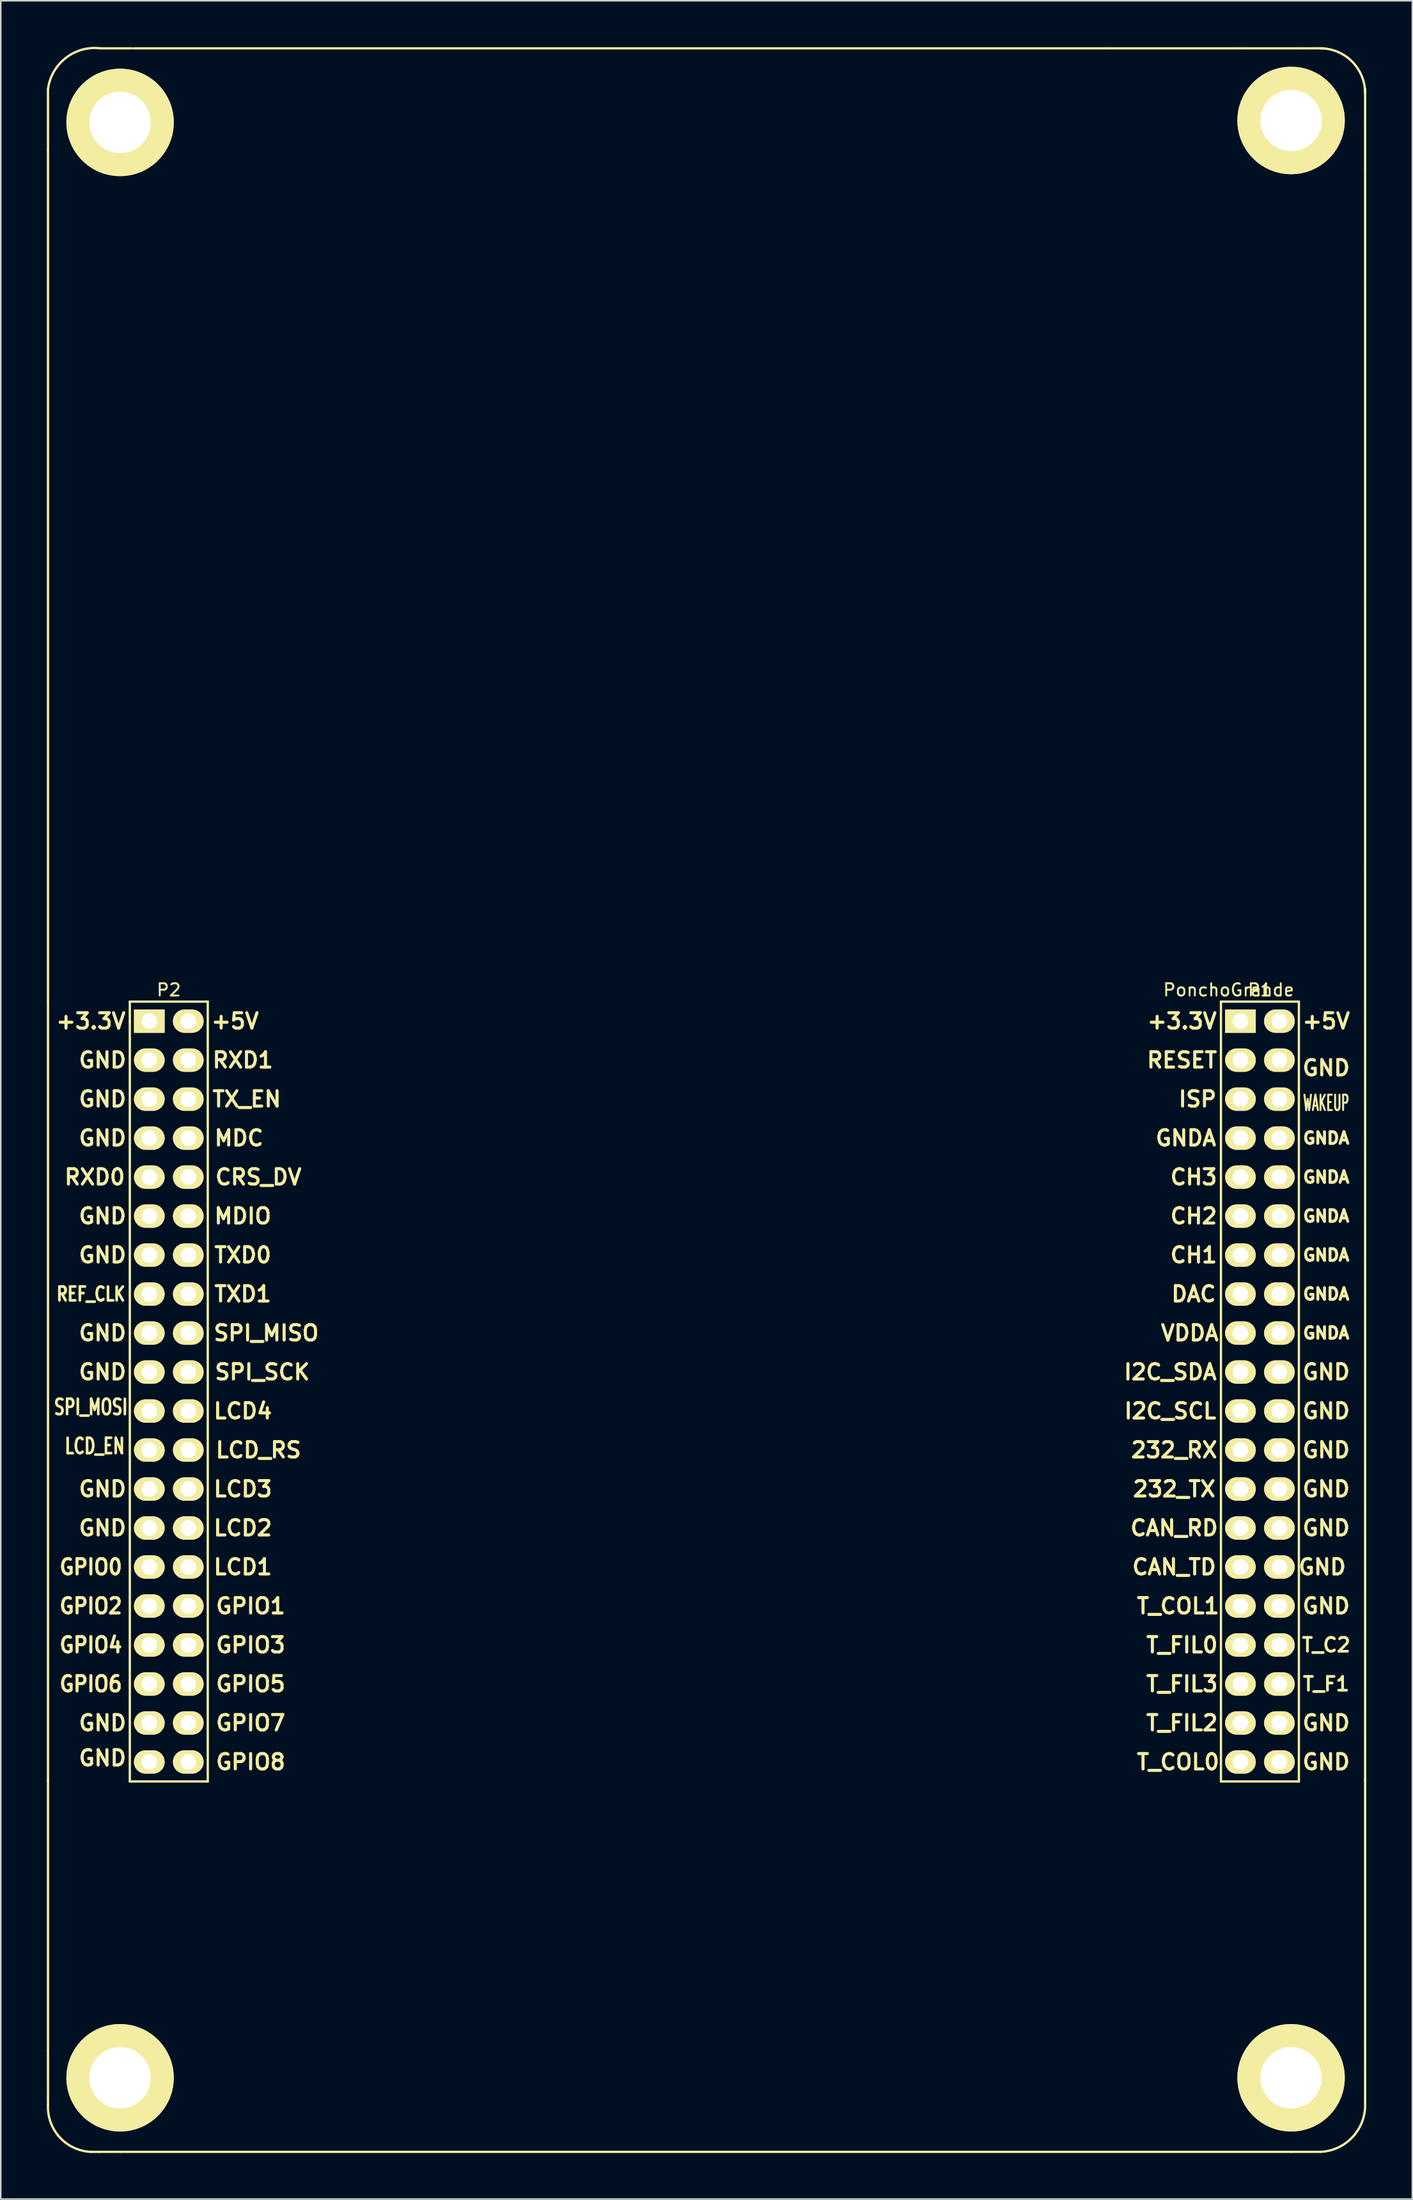
<source format=kicad_pcb>
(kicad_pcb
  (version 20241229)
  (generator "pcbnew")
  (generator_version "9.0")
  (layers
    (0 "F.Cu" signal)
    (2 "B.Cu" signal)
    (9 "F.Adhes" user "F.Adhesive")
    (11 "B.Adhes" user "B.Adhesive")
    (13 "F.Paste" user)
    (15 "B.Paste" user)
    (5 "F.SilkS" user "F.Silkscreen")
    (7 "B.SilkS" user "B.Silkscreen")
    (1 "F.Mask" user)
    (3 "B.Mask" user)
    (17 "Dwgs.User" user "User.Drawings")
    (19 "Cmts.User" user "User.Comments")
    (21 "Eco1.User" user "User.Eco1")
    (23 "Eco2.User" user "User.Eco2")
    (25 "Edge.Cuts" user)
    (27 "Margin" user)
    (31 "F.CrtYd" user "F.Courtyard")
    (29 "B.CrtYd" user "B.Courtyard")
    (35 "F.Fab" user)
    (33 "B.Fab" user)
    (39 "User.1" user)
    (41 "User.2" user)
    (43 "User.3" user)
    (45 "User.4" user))
  (footprint "PonchoGrande"
    (layer "F.Cu")
    (at 77.802 63.472)
    (property "Reference" "PonchoGrande" (at -0.762 -2.032 180) (layer "F.SilkS") (effects (font (size 0.8 0.8) (thickness 0.12))))
    (attr through_hole)
    (fp_line (start -77.724 -60.706) (end -77.724 -56.769) (stroke (width 0.15) (type solid)) (layer "F.SilkS"))
    (fp_line (start -77.724 -1.27) (end -77.724 -56.769) (stroke (width 0.15) (type solid)) (layer "F.SilkS"))
    (fp_line (start -77.724 -1.27) (end -77.724 49.53) (stroke (width 0.15) (type solid)) (layer "F.SilkS"))
    (fp_line (start -77.724 49.403) (end -77.724 67.056) (stroke (width 0.15) (type solid)) (layer "F.SilkS"))
    (fp_line (start -77.724 67.056) (end -77.724 70.104) (stroke (width 0.15) (type solid)) (layer "F.SilkS"))
    (fp_line (start -77.724 70.612) (end -77.724 70.104) (stroke (width 0.15) (type solid)) (layer "F.SilkS"))
    (fp_line (start -74.422 73.66) (end -74.93 73.66) (stroke (width 0.15) (type solid)) (layer "F.SilkS"))
    (fp_line (start -73.025 73.66) (end -74.422 73.66) (stroke (width 0.15) (type solid)) (layer "F.SilkS"))
    (fp_line (start -72.39 -1.27) (end -67.31 -1.27) (stroke (width 0.15) (type solid)) (layer "F.SilkS"))
    (fp_line (start -72.39 0) (end -72.39 -1.27) (stroke (width 0.15) (type solid)) (layer "F.SilkS"))
    (fp_line (start -72.39 49.53) (end -72.39 0) (stroke (width 0.15) (type solid)) (layer "F.SilkS"))
    (fp_line (start -72.263 -63.373) (end -74.295 -63.373) (stroke (width 0.15) (type solid)) (layer "F.SilkS"))
    (fp_line (start -67.31 -1.27) (end -67.31 49.53) (stroke (width 0.15) (type solid)) (layer "F.SilkS"))
    (fp_line (start -67.31 49.53) (end -72.39 49.53) (stroke (width 0.15) (type solid)) (layer "F.SilkS"))
    (fp_line (start -8.636 -63.373) (end -72.136 -63.373) (stroke (width 0.15) (type solid)) (layer "F.SilkS"))
    (fp_line (start -1.27 49.53) (end -1.27 -1.27) (stroke (width 0.15) (type solid)) (layer "F.SilkS"))
    (fp_line (start 0 -63.373) (end -8.636 -63.373) (stroke (width 0.15) (type solid)) (layer "F.SilkS"))
    (fp_line (start 0 -63.373) (end 3.937 -63.373) (stroke (width 0.15) (type solid)) (layer "F.SilkS"))
    (fp_line (start 3.302 73.66) (end -73.025 73.66) (stroke (width 0.15) (type solid)) (layer "F.SilkS"))
    (fp_line (start 3.302 73.66) (end 5.207 73.66) (stroke (width 0.15) (type solid)) (layer "F.SilkS"))
    (fp_line (start 3.81 -1.27) (end -1.27 -1.27) (stroke (width 0.15) (type solid)) (layer "F.SilkS"))
    (fp_line (start 3.81 49.53) (end -1.27 49.53) (stroke (width 0.15) (type solid)) (layer "F.SilkS"))
    (fp_line (start 3.81 49.53) (end 3.81 -1.27) (stroke (width 0.15) (type solid)) (layer "F.SilkS"))
    (fp_line (start 3.937 -63.373) (end 4.826 -63.373) (stroke (width 0.15) (type solid)) (layer "F.SilkS"))
    (fp_line (start 5.461 -63.373) (end 4.826 -63.373) (stroke (width 0.15) (type solid)) (layer "F.SilkS"))
    (fp_line (start 8.128 -60.706) (end 8.128 -60.452) (stroke (width 0.15) (type solid)) (layer "F.SilkS"))
    (fp_line (start 8.128 -60.579) (end 8.128 -60.706) (stroke (width 0.15) (type solid)) (layer "F.SilkS"))
    (fp_line (start 8.128 -58.293) (end 8.128 -60.579) (stroke (width 0.15) (type solid)) (layer "F.SilkS"))
    (fp_line (start 8.128 -55.499) (end 8.128 -58.293) (stroke (width 0.15) (type solid)) (layer "F.SilkS"))
    (fp_line (start 8.128 -48.26) (end 8.128 -55.499) (stroke (width 0.15) (type solid)) (layer "F.SilkS"))
    (fp_line (start 8.128 -27.432) (end 8.128 -48.26) (stroke (width 0.15) (type solid)) (layer "F.SilkS"))
    (fp_line (start 8.128 -10.16) (end 8.128 -27.432) (stroke (width 0.15) (type solid)) (layer "F.SilkS"))
    (fp_line (start 8.128 -1.27) (end 8.128 -10.16) (stroke (width 0.15) (type solid)) (layer "F.SilkS"))
    (fp_line (start 8.128 0) (end 8.128 -1.27) (stroke (width 0.15) (type solid)) (layer "F.SilkS"))
    (fp_line (start 8.128 0) (end 8.128 49.53) (stroke (width 0.15) (type solid)) (layer "F.SilkS"))
    (fp_line (start 8.128 49.403) (end 8.128 66.802) (stroke (width 0.15) (type solid)) (layer "F.SilkS"))
    (fp_line (start 8.128 66.802) (end 8.128 70.485) (stroke (width 0.15) (type solid)) (layer "F.SilkS"))
    (fp_arc (start -77.724 -60.706) (mid -76.561854 -62.749669) (end -74.295 -63.373) (stroke (width 0.15) (type solid)) (layer "F.SilkS"))
    (fp_arc (start -74.93 73.66) (mid -76.958261 72.714656) (end -77.724 70.612) (stroke (width 0.15) (type solid)) (layer "F.SilkS"))
    (fp_arc (start 5.207 -63.373) (mid 7.272459 -62.517459) (end 8.128 -60.452) (stroke (width 0.15) (type solid)) (layer "F.SilkS"))
    (fp_arc (start 8.128 70.485) (mid 7.325064 72.677459) (end 5.207 73.66) (stroke (width 0.15) (type solid)) (layer "F.SilkS"))
    (fp_text user "T_FIL2" (at -3.81 45.72 0) (layer "F.SilkS") (effects (font (size 1 1) (thickness 0.2))))
    (fp_text user "T_COL0" (at -4.064 48.26 0) (layer "F.SilkS") (effects (font (size 1 1) (thickness 0.2))))
    (fp_text user "GND" (at 5.334 35.56 0) (layer "F.SilkS") (effects (font (size 1 1) (thickness 0.2))))
    (fp_text user "GPIO2" (at -74.93 38.1 0) (layer "F.SilkS") (effects (font (size 1 0.9) (thickness 0.2))))
    (fp_text user "CAN_RD" (at -4.318 33.02 0) (layer "F.SilkS") (effects (font (size 1 1) (thickness 0.2))))
    (fp_text user "CH3" (at -3.048 10.16 0) (layer "F.SilkS") (effects (font (size 1 1) (thickness 0.2))))
    (fp_text user "WAKEUP" (at 5.588 5.334 0) (layer "F.SilkS") (effects (font (size 1 0.5) (thickness 0.125))))
    (fp_text user "DAC" (at -3.048 17.78 0) (layer "F.SilkS") (effects (font (size 1 1) (thickness 0.2))))
    (fp_text user "T_FIL0" (at -3.81 40.64 0) (layer "F.SilkS") (effects (font (size 1 1) (thickness 0.2))))
    (fp_text user "+3.3V" (at -74.93 0 0) (layer "F.SilkS") (effects (font (size 1 1) (thickness 0.2))))
    (fp_text user "GND" (at 5.588 48.26 0) (layer "F.SilkS") (effects (font (size 1 1) (thickness 0.2))))
    (fp_text user "TX_EN" (at -64.77 5.08 0) (layer "F.SilkS") (effects (font (size 1 1) (thickness 0.2))))
    (fp_text user "GND" (at -74.168 5.08 0) (layer "F.SilkS") (effects (font (size 1 1) (thickness 0.2))))
    (fp_text user "GND" (at 5.588 27.94 0) (layer "F.SilkS") (effects (font (size 1 1) (thickness 0.2))))
    (fp_text user "GNDA" (at 5.588 17.78 0) (layer "F.SilkS") (effects (font (size 0.76 0.76) (thickness 0.19))))
    (fp_text user "P1" (at 1.27 -2.032 0) (layer "F.SilkS") (effects (font (size 0.8 0.8) (thickness 0.12))))
    (fp_text user "SPI_SCK" (at -63.754 22.86 0) (layer "F.SilkS") (effects (font (size 1 1) (thickness 0.2))))
    (fp_text user "232_TX" (at -4.318 30.48 0) (layer "F.SilkS") (effects (font (size 1 1) (thickness 0.2))))
    (fp_text user "GPIO6" (at -74.93 43.18 0) (layer "F.SilkS") (effects (font (size 1 0.9) (thickness 0.2))))
    (fp_text user "GND" (at 5.588 38.1 0) (layer "F.SilkS") (effects (font (size 1 1) (thickness 0.2))))
    (fp_text user "I2C_SCL" (at -4.572 25.4 0) (layer "F.SilkS") (effects (font (size 1 1) (thickness 0.2))))
    (fp_text user "GPIO4" (at -74.93 40.64 0) (layer "F.SilkS") (effects (font (size 1 0.9) (thickness 0.2))))
    (fp_text user "GNDA" (at 5.588 12.7 0) (layer "F.SilkS") (effects (font (size 0.76 0.76) (thickness 0.19))))
    (fp_text user "GND" (at -74.168 22.86 0) (layer "F.SilkS") (effects (font (size 1 1) (thickness 0.2))))
    (fp_text user "T_C2" (at 5.588 40.64 0) (layer "F.SilkS") (effects (font (size 0.9 0.9) (thickness 0.18))))
    (fp_text user "LCD_EN" (at -74.676 27.686 0) (layer "F.SilkS") (effects (font (size 1 0.7) (thickness 0.17))))
    (fp_text user "GND" (at -74.168 20.32 0) (layer "F.SilkS") (effects (font (size 1 1) (thickness 0.2))))
    (fp_text user "GND" (at 5.588 3.048 0) (layer "F.SilkS") (effects (font (size 1 1) (thickness 0.2))))
    (fp_text user "GND" (at 5.588 45.72 0) (layer "F.SilkS") (effects (font (size 1 1) (thickness 0.2))))
    (fp_text user "GPIO5" (at -64.516 43.18 0) (layer "F.SilkS") (effects (font (size 1 1) (thickness 0.2))))
    (fp_text user "LCD1" (at -65.024 35.56 0) (layer "F.SilkS") (effects (font (size 1 1) (thickness 0.2))))
    (fp_text user "GNDA" (at -3.556 7.62 0) (layer "F.SilkS") (effects (font (size 1 1) (thickness 0.2))))
    (fp_text user "GND" (at 5.588 22.86 0) (layer "F.SilkS") (effects (font (size 1 1) (thickness 0.2))))
    (fp_text user "GPIO7" (at -64.516 45.72 0) (layer "F.SilkS") (effects (font (size 1 1) (thickness 0.2))))
    (fp_text user "T_COL1" (at -4.064 38.1 0) (layer "F.SilkS") (effects (font (size 1 1) (thickness 0.2))))
    (fp_text user "SPI_MOSI" (at -74.93 25.146 0) (layer "F.SilkS") (effects (font (size 1 0.7) (thickness 0.17))))
    (fp_text user "GND" (at -74.168 30.48 0) (layer "F.SilkS") (effects (font (size 1 1) (thickness 0.2))))
    (fp_text user "CH1" (at -3.048 15.24 0) (layer "F.SilkS") (effects (font (size 1 1) (thickness 0.2))))
    (fp_text user "T_F1" (at 5.588 43.18 0) (layer "F.SilkS") (effects (font (size 0.9 0.9) (thickness 0.18))))
    (fp_text user "VDDA" (at -3.302 20.32 0) (layer "F.SilkS") (effects (font (size 1 1) (thickness 0.2))))
    (fp_text user "REF_CLK" (at -74.93 17.78 0) (layer "F.SilkS") (effects (font (size 0.9 0.7) (thickness 0.175))))
    (fp_text user "P2" (at -69.85 -2.032 0) (layer "F.SilkS") (effects (font (size 0.8 0.8) (thickness 0.12))))
    (fp_text user "SPI_MISO" (at -63.5 20.32 0) (layer "F.SilkS") (effects (font (size 1 1) (thickness 0.2))))
    (fp_text user "RESET" (at -3.81 2.54 0) (layer "F.SilkS") (effects (font (size 1 1) (thickness 0.2))))
    (fp_text user "GND" (at -74.168 7.62 0) (layer "F.SilkS") (effects (font (size 1 1) (thickness 0.2))))
    (fp_text user "GPIO8" (at -64.516 48.26 0) (layer "F.SilkS") (effects (font (size 1 1) (thickness 0.2))))
    (fp_text user "MDIO" (at -65.024 12.7 0) (layer "F.SilkS") (effects (font (size 1 1) (thickness 0.2))))
    (fp_text user "GPIO3" (at -64.516 40.64 0) (layer "F.SilkS") (effects (font (size 1 1) (thickness 0.2))))
    (fp_text user "RXD1" (at -65.024 2.54 0) (layer "F.SilkS") (effects (font (size 1 1) (thickness 0.2))))
    (fp_text user "+5V" (at -65.532 0 0) (layer "F.SilkS") (effects (font (size 1 1) (thickness 0.2))))
    (fp_text user "GND" (at -74.168 12.7 0) (layer "F.SilkS") (effects (font (size 1 1) (thickness 0.2))))
    (fp_text user "TXD1" (at -65.024 17.78 0) (layer "F.SilkS") (effects (font (size 1 1) (thickness 0.2))))
    (fp_text user "232_RX" (at -4.318 27.94 0) (layer "F.SilkS") (effects (font (size 1 1) (thickness 0.2))))
    (fp_text user "CRS_DV" (at -64.008 10.16 0) (layer "F.SilkS") (effects (font (size 1 1) (thickness 0.2))))
    (fp_text user "GNDA" (at 5.588 15.24 0) (layer "F.SilkS") (effects (font (size 0.76 0.76) (thickness 0.19))))
    (fp_text user "GND" (at -74.168 33.02 0) (layer "F.SilkS") (effects (font (size 1 1) (thickness 0.2))))
    (fp_text user "I2C_SDA" (at -4.572 22.86 0) (layer "F.SilkS") (effects (font (size 1 1) (thickness 0.2))))
    (fp_text user "GPIO1" (at -64.516 38.1 0) (layer "F.SilkS") (effects (font (size 1 1) (thickness 0.2))))
    (fp_text user "LCD3" (at -65.024 30.48 0) (layer "F.SilkS") (effects (font (size 1 1) (thickness 0.2))))
    (fp_text user "GPIO0" (at -74.93 35.56 0) (layer "F.SilkS") (effects (font (size 1 0.9) (thickness 0.2))))
    (fp_text user "TXD0" (at -65.024 15.24 0) (layer "F.SilkS") (effects (font (size 1 1) (thickness 0.2))))
    (fp_text user "GND" (at 5.588 25.4 0) (layer "F.SilkS") (effects (font (size 1 1) (thickness 0.2))))
    (fp_text user "GNDA" (at 5.588 20.32 0) (layer "F.SilkS") (effects (font (size 0.76 0.76) (thickness 0.19))))
    (fp_text user "RXD0" (at -74.676 10.16 0) (layer "F.SilkS") (effects (font (size 1 1) (thickness 0.2))))
    (fp_text user "CAN_TD" (at -4.318 35.56 0) (layer "F.SilkS") (effects (font (size 1 1) (thickness 0.2))))
    (fp_text user "GND" (at -74.168 2.54 0) (layer "F.SilkS") (effects (font (size 1 1) (thickness 0.2))))
    (fp_text user "+3.3V" (at -3.81 0 0) (layer "F.SilkS") (effects (font (size 1 1) (thickness 0.2))))
    (fp_text user "GNDA" (at 5.588 10.16 0) (layer "F.SilkS") (effects (font (size 0.76 0.76) (thickness 0.19))))
    (fp_text user "LCD2" (at -65.024 33.02 0) (layer "F.SilkS") (effects (font (size 1 1) (thickness 0.2))))
    (fp_text user "GND" (at 5.588 30.48 0) (layer "F.SilkS") (effects (font (size 1 1) (thickness 0.2))))
    (fp_text user "GND" (at 5.588 33.02 0) (layer "F.SilkS") (effects (font (size 1 1) (thickness 0.2))))
    (fp_text user "CH2" (at -3.048 12.7 0) (layer "F.SilkS") (effects (font (size 1 1) (thickness 0.2))))
    (fp_text user "GND" (at -74.168 48.006 0) (layer "F.SilkS") (effects (font (size 1 1) (thickness 0.2))))
    (fp_text user "+5V" (at 5.588 0 0) (layer "F.SilkS") (effects (font (size 1 1) (thickness 0.2))))
    (fp_text user "GNDA" (at 5.588 7.62 0) (layer "F.SilkS") (effects (font (size 0.76 0.76) (thickness 0.19))))
    (fp_text user "GND" (at -74.168 15.24 0) (layer "F.SilkS") (effects (font (size 1 1) (thickness 0.2))))
    (fp_text user "MDC" (at -65.278 7.62 0) (layer "F.SilkS") (effects (font (size 1 1) (thickness 0.2))))
    (fp_text user "GND" (at -74.168 45.72 0) (layer "F.SilkS") (effects (font (size 1 1) (thickness 0.2))))
    (fp_text user "T_FIL3" (at -3.81 43.18 0) (layer "F.SilkS") (effects (font (size 1 1) (thickness 0.2))))
    (fp_text user "LCD4" (at -65.024 25.4 0) (layer "F.SilkS") (effects (font (size 1 1) (thickness 0.2))))
    (fp_text user "LCD_RS" (at -64.008 27.94 0) (layer "F.SilkS") (effects (font (size 1 1) (thickness 0.2))))
    (fp_text user "ISP" (at -2.794 5.08 0) (layer "F.SilkS") (effects (font (size 1 1) (thickness 0.2))))
    (pad "1" thru_hole rect (at 0 0 270) (size 1.524 2) (drill 1.016) (layers "*.Cu" "*.Mask" "F.SilkS"))
    (pad "2" thru_hole oval (at 2.54 0 270) (size 1.524 2) (drill 1.016) (layers "*.Cu" "*.Mask" "F.SilkS"))
    (pad "3" thru_hole oval (at 0 2.54 270) (size 1.524 2) (drill 1.016) (layers "*.Cu" "*.Mask" "F.SilkS"))
    (pad "4" thru_hole oval (at 2.54 2.54 270) (size 1.524 2) (drill 1.016) (layers "*.Cu" "*.Mask" "F.SilkS"))
    (pad "5" thru_hole oval (at 0 5.08 270) (size 1.524 2) (drill 1.016) (layers "*.Cu" "*.Mask" "F.SilkS"))
    (pad "6" thru_hole oval (at 2.54 5.08 270) (size 1.524 2) (drill 1.016) (layers "*.Cu" "*.Mask" "F.SilkS"))
    (pad "7" thru_hole oval (at 0 7.62 270) (size 1.524 2) (drill 1.016) (layers "*.Cu" "*.Mask" "F.SilkS"))
    (pad "8" thru_hole oval (at 2.54 7.62 270) (size 1.524 2) (drill 1.016) (layers "*.Cu" "*.Mask" "F.SilkS"))
    (pad "9" thru_hole oval (at 0 10.16 270) (size 1.524 2) (drill 1.016) (layers "*.Cu" "*.Mask" "F.SilkS"))
    (pad "10" thru_hole oval (at 2.54 10.16 270) (size 1.524 2) (drill 1.016) (layers "*.Cu" "*.Mask" "F.SilkS"))
    (pad "11" thru_hole oval (at 0 12.7 270) (size 1.524 2) (drill 1.016) (layers "*.Cu" "*.Mask" "F.SilkS"))
    (pad "12" thru_hole oval (at 2.54 12.7 270) (size 1.524 2) (drill 1.016) (layers "*.Cu" "*.Mask" "F.SilkS"))
    (pad "13" thru_hole oval (at 0 15.24 270) (size 1.524 2) (drill 1.016) (layers "*.Cu" "*.Mask" "F.SilkS"))
    (pad "14" thru_hole oval (at 2.54 15.24 270) (size 1.524 2) (drill 1.016) (layers "*.Cu" "*.Mask" "F.SilkS"))
    (pad "15" thru_hole oval (at 0 17.78 270) (size 1.524 2) (drill 1.016) (layers "*.Cu" "*.Mask" "F.SilkS"))
    (pad "16" thru_hole oval (at 2.54 17.78 270) (size 1.524 2) (drill 1.016) (layers "*.Cu" "*.Mask" "F.SilkS"))
    (pad "17" thru_hole oval (at 0 20.32 270) (size 1.524 2) (drill 1.016) (layers "*.Cu" "*.Mask" "F.SilkS"))
    (pad "18" thru_hole oval (at 2.54 20.32 270) (size 1.524 2) (drill 1.016) (layers "*.Cu" "*.Mask" "F.SilkS"))
    (pad "19" thru_hole oval (at 0 22.86 270) (size 1.524 2) (drill 1.016) (layers "*.Cu" "*.Mask" "F.SilkS"))
    (pad "20" thru_hole oval (at 2.54 22.86 270) (size 1.524 2) (drill 1.016) (layers "*.Cu" "*.Mask" "F.SilkS"))
    (pad "21" thru_hole oval (at 0 25.4 270) (size 1.524 2) (drill 1.016) (layers "*.Cu" "*.Mask" "F.SilkS"))
    (pad "22" thru_hole oval (at 2.54 25.4 270) (size 1.524 2) (drill 1.016) (layers "*.Cu" "*.Mask" "F.SilkS"))
    (pad "23" thru_hole oval (at 0 27.94 270) (size 1.524 2) (drill 1.016) (layers "*.Cu" "*.Mask" "F.SilkS"))
    (pad "24" thru_hole oval (at 2.54 27.94 270) (size 1.524 2) (drill 1.016) (layers "*.Cu" "*.Mask" "F.SilkS"))
    (pad "25" thru_hole oval (at 0 30.48 270) (size 1.524 2) (drill 1.016) (layers "*.Cu" "*.Mask" "F.SilkS"))
    (pad "26" thru_hole oval (at 2.54 30.48 270) (size 1.524 2) (drill 1.016) (layers "*.Cu" "*.Mask" "F.SilkS"))
    (pad "27" thru_hole oval (at 0 33.02 270) (size 1.524 2) (drill 1.016) (layers "*.Cu" "*.Mask" "F.SilkS"))
    (pad "28" thru_hole oval (at 2.54 33.02 270) (size 1.524 2) (drill 1.016) (layers "*.Cu" "*.Mask" "F.SilkS"))
    (pad "29" thru_hole oval (at 0 35.56 270) (size 1.524 2) (drill 1.016) (layers "*.Cu" "*.Mask" "F.SilkS"))
    (pad "30" thru_hole oval (at 2.54 35.56 270) (size 1.524 2) (drill 1.016) (layers "*.Cu" "*.Mask" "F.SilkS"))
    (pad "31" thru_hole oval (at 0 38.1 270) (size 1.524 2) (drill 1.016) (layers "*.Cu" "*.Mask" "F.SilkS"))
    (pad "32" thru_hole oval (at 2.54 38.1 270) (size 1.524 2) (drill 1.016) (layers "*.Cu" "*.Mask" "F.SilkS"))
    (pad "33" thru_hole oval (at 0 40.64 270) (size 1.524 2) (drill 1.016) (layers "*.Cu" "*.Mask" "F.SilkS"))
    (pad "34" thru_hole oval (at 2.54 40.64 270) (size 1.524 2) (drill 1.016) (layers "*.Cu" "*.Mask" "F.SilkS"))
    (pad "35" thru_hole oval (at 0 43.18 270) (size 1.524 2) (drill 1.016) (layers "*.Cu" "*.Mask" "F.SilkS"))
    (pad "36" thru_hole oval (at 2.54 43.18 270) (size 1.524 2) (drill 1.016) (layers "*.Cu" "*.Mask" "F.SilkS"))
    (pad "37" thru_hole oval (at 0 45.72 270) (size 1.524 2) (drill 1.016) (layers "*.Cu" "*.Mask" "F.SilkS"))
    (pad "38" thru_hole oval (at 2.54 45.72 270) (size 1.524 2) (drill 1.016) (layers "*.Cu" "*.Mask" "F.SilkS"))
    (pad "39" thru_hole oval (at 0 48.26 270) (size 1.524 2) (drill 1.016) (layers "*.Cu" "*.Mask" "F.SilkS"))
    (pad "40" thru_hole oval (at 2.54 48.26 270) (size 1.524 2) (drill 1.016) (layers "*.Cu" "*.Mask" "F.SilkS"))
    (pad "41" thru_hole rect (at -71.12 0 270) (size 1.524 2) (drill 1.016) (layers "*.Cu" "*.Mask" "F.SilkS"))
    (pad "42" thru_hole oval (at -68.58 0 270) (size 1.524 2) (drill 1.016) (layers "*.Cu" "*.Mask" "F.SilkS"))
    (pad "43" thru_hole oval (at -71.12 2.54 270) (size 1.524 2) (drill 1.016) (layers "*.Cu" "*.Mask" "F.SilkS"))
    (pad "44" thru_hole oval (at -68.58 2.54 270) (size 1.524 2) (drill 1.016) (layers "*.Cu" "*.Mask" "F.SilkS"))
    (pad "45" thru_hole oval (at -71.12 5.08 270) (size 1.524 2) (drill 1.016) (layers "*.Cu" "*.Mask" "F.SilkS"))
    (pad "46" thru_hole oval (at -68.58 5.08 270) (size 1.524 2) (drill 1.016) (layers "*.Cu" "*.Mask" "F.SilkS"))
    (pad "47" thru_hole oval (at -71.12 7.62 270) (size 1.524 2) (drill 1.016) (layers "*.Cu" "*.Mask" "F.SilkS"))
    (pad "48" thru_hole oval (at -68.58 7.62 270) (size 1.524 2) (drill 1.016) (layers "*.Cu" "*.Mask" "F.SilkS"))
    (pad "49" thru_hole oval (at -71.12 10.16 270) (size 1.524 2) (drill 1.016) (layers "*.Cu" "*.Mask" "F.SilkS"))
    (pad "50" thru_hole oval (at -68.58 10.16 270) (size 1.524 2) (drill 1.016) (layers "*.Cu" "*.Mask" "F.SilkS"))
    (pad "51" thru_hole oval (at -71.12 12.7 270) (size 1.524 2) (drill 1.016) (layers "*.Cu" "*.Mask" "F.SilkS"))
    (pad "52" thru_hole oval (at -68.58 12.7 270) (size 1.524 2) (drill 1.016) (layers "*.Cu" "*.Mask" "F.SilkS"))
    (pad "53" thru_hole oval (at -71.12 15.24 270) (size 1.524 2) (drill 1.016) (layers "*.Cu" "*.Mask" "F.SilkS"))
    (pad "54" thru_hole oval (at -68.58 15.24 270) (size 1.524 2) (drill 1.016) (layers "*.Cu" "*.Mask" "F.SilkS"))
    (pad "55" thru_hole oval (at -71.12 17.78 270) (size 1.524 2) (drill 1.016) (layers "*.Cu" "*.Mask" "F.SilkS"))
    (pad "56" thru_hole oval (at -68.58 17.78 270) (size 1.524 2) (drill 1.016) (layers "*.Cu" "*.Mask" "F.SilkS"))
    (pad "57" thru_hole oval (at -71.12 20.32 270) (size 1.524 2) (drill 1.016) (layers "*.Cu" "*.Mask" "F.SilkS"))
    (pad "58" thru_hole oval (at -68.58 20.32 270) (size 1.524 2) (drill 1.016) (layers "*.Cu" "*.Mask" "F.SilkS"))
    (pad "59" thru_hole oval (at -71.12 22.86 270) (size 1.524 2) (drill 1.016) (layers "*.Cu" "*.Mask" "F.SilkS"))
    (pad "60" thru_hole oval (at -68.58 22.86 270) (size 1.524 2) (drill 1.016) (layers "*.Cu" "*.Mask" "F.SilkS"))
    (pad "61" thru_hole oval (at -71.12 25.4 270) (size 1.524 2) (drill 1.016) (layers "*.Cu" "*.Mask" "F.SilkS"))
    (pad "62" thru_hole oval (at -68.58 25.4 270) (size 1.524 2) (drill 1.016) (layers "*.Cu" "*.Mask" "F.SilkS"))
    (pad "63" thru_hole oval (at -71.12 27.94 270) (size 1.524 2) (drill 1.016) (layers "*.Cu" "*.Mask" "F.SilkS"))
    (pad "64" thru_hole oval (at -68.58 27.94 270) (size 1.524 2) (drill 1.016) (layers "*.Cu" "*.Mask" "F.SilkS"))
    (pad "65" thru_hole oval (at -71.12 30.48 270) (size 1.524 2) (drill 1.016) (layers "*.Cu" "*.Mask" "F.SilkS"))
    (pad "66" thru_hole oval (at -68.58 30.48 270) (size 1.524 2) (drill 1.016) (layers "*.Cu" "*.Mask" "F.SilkS"))
    (pad "67" thru_hole oval (at -71.12 33.02 270) (size 1.524 2) (drill 1.016) (layers "*.Cu" "*.Mask" "F.SilkS"))
    (pad "68" thru_hole oval (at -68.58 33.02 270) (size 1.524 2) (drill 1.016) (layers "*.Cu" "*.Mask" "F.SilkS"))
    (pad "69" thru_hole oval (at -71.12 35.56 270) (size 1.524 2) (drill 1.016) (layers "*.Cu" "*.Mask" "F.SilkS"))
    (pad "70" thru_hole oval (at -68.58 35.56 270) (size 1.524 2) (drill 1.016) (layers "*.Cu" "*.Mask" "F.SilkS"))
    (pad "71" thru_hole oval (at -71.12 38.1 270) (size 1.524 2) (drill 1.016) (layers "*.Cu" "*.Mask" "F.SilkS"))
    (pad "72" thru_hole oval (at -68.58 38.1 270) (size 1.524 2) (drill 1.016) (layers "*.Cu" "*.Mask" "F.SilkS"))
    (pad "73" thru_hole oval (at -71.12 40.64 270) (size 1.524 2) (drill 1.016) (layers "*.Cu" "*.Mask" "F.SilkS"))
    (pad "74" thru_hole oval (at -68.58 40.64 270) (size 1.524 2) (drill 1.016) (layers "*.Cu" "*.Mask" "F.SilkS"))
    (pad "75" thru_hole oval (at -71.12 43.18 270) (size 1.524 2) (drill 1.016) (layers "*.Cu" "*.Mask" "F.SilkS"))
    (pad "76" thru_hole oval (at -68.58 43.18 270) (size 1.524 2) (drill 1.016) (layers "*.Cu" "*.Mask" "F.SilkS"))
    (pad "77" thru_hole oval (at -71.12 45.72 270) (size 1.524 2) (drill 1.016) (layers "*.Cu" "*.Mask" "F.SilkS"))
    (pad "78" thru_hole oval (at -68.58 45.72 270) (size 1.524 2) (drill 1.016) (layers "*.Cu" "*.Mask" "F.SilkS"))
    (pad "79" thru_hole oval (at -71.12 48.26 270) (size 1.524 2) (drill 1.016) (layers "*.Cu" "*.Mask" "F.SilkS"))
    (pad "80" thru_hole oval (at -68.58 48.26 270) (size 1.524 2) (drill 1.016) (layers "*.Cu" "*.Mask" "F.SilkS"))
    (pad "~" thru_hole circle (at -73.025 -58.547) (size 7 7) (drill 4) (layers "*.Cu" "*.Mask" "F.SilkS"))
    (pad "~" thru_hole circle (at -73.025 68.834) (size 7 7) (drill 4) (layers "*.Cu" "*.Mask" "F.SilkS"))
    (pad "~" thru_hole circle (at 3.302 -58.674) (size 7 7) (drill 4) (layers "*.Cu" "*.Mask" "F.SilkS"))
    (pad "~" thru_hole circle (at 3.302 68.834) (size 7 7) (drill 4) (layers "*.Cu" "*.Mask" "F.SilkS")))
  (gr_rect
    (start -3 -3)
    (end 89.007 140.207)
    (stroke (width 0.1) (type default))
    (fill no)
    (layer "Edge.Cuts")))
</source>
